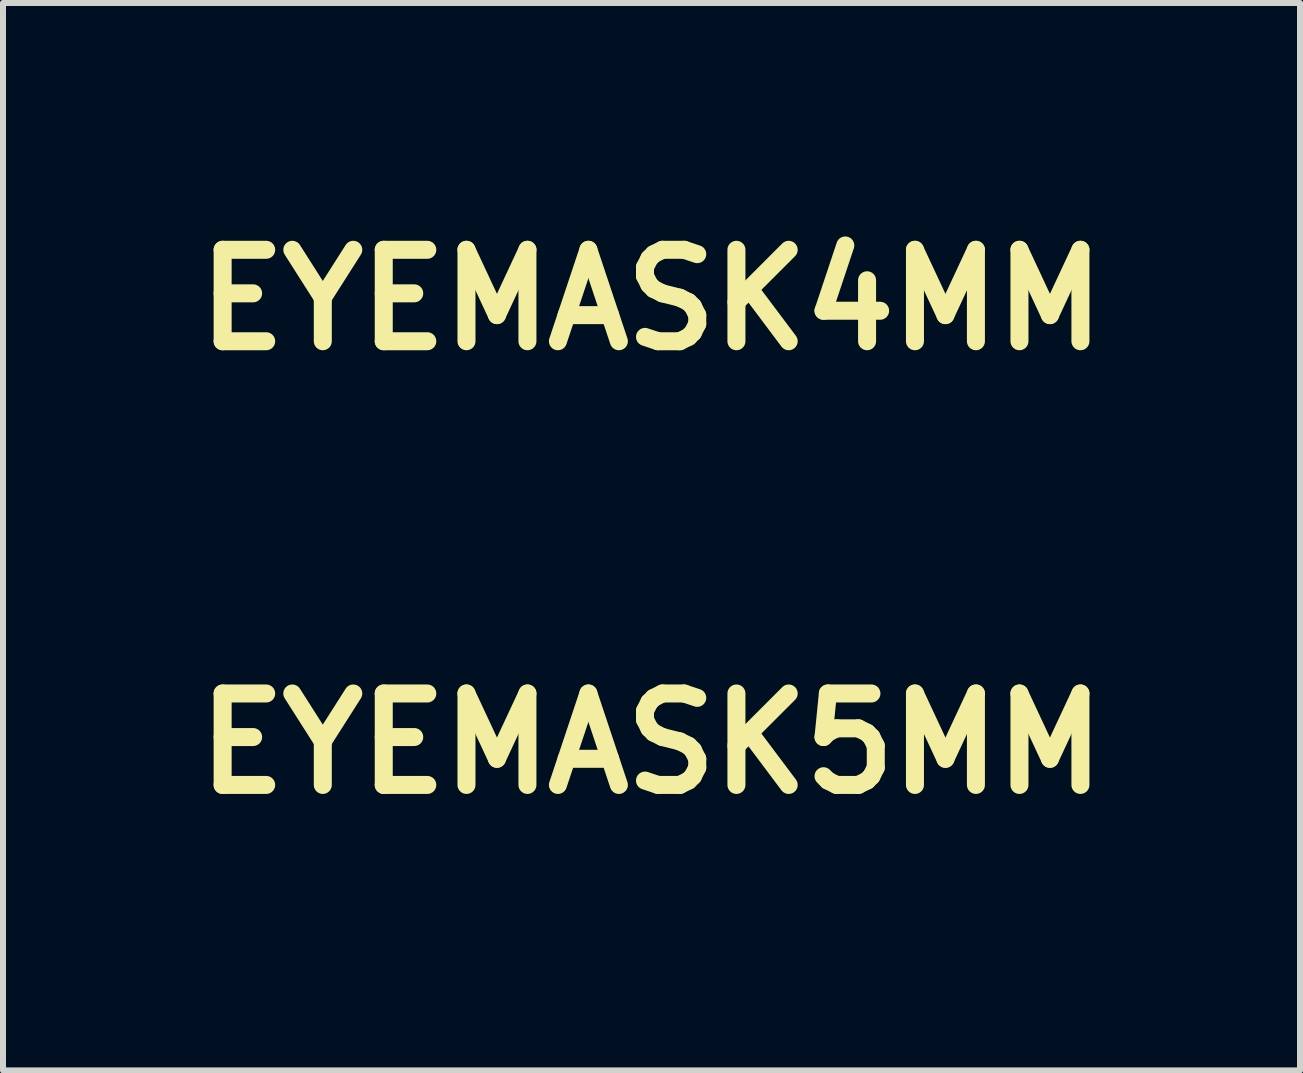
<source format=kicad_pcb>
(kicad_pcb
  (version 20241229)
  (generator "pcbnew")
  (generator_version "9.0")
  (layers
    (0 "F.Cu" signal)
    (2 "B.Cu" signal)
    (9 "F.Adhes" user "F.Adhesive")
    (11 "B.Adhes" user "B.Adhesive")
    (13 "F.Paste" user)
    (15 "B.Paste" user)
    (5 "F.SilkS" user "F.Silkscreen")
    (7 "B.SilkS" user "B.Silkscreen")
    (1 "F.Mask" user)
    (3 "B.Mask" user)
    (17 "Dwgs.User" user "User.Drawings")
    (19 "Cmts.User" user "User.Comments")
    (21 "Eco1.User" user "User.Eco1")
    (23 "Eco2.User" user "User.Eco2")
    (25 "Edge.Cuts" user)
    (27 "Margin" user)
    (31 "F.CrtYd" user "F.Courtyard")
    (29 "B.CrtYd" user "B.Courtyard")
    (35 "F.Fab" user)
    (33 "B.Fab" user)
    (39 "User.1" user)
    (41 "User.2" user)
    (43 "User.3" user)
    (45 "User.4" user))
  (footprint "EYEMASK5MM"
    (layer "F.Cu")
    (at 7.809 9.343)
    (property "Reference" "EYEMASK5MM" (at 0 0 0) (layer "F.SilkS") (effects (font (size 1.524 1.524) (thickness 0.3))))
    (attr through_hole)
    (fp_poly (pts (xy 0.432 -1.255) (xy 0.466 -1.254) (xy 0.497 -1.253) (xy 0.523 -1.251) (xy 0.536 -1.249) (xy 0.594 -1.241) (xy 0.648 -1.231) (xy 0.699 -1.219) (xy 0.75 -1.205) (xy 0.783 -1.195) (xy 0.869 -1.164) (xy 0.952 -1.127) (xy 1.031 -1.085) (xy 1.107 -1.037) (xy 1.179 -0.984) (xy 1.246 -0.927) (xy 1.31 -0.864) (xy 1.37 -0.797) (xy 1.425 -0.725) (xy 1.467 -0.662) (xy 1.511 -0.586) (xy 1.549 -0.51) (xy 1.581 -0.433) (xy 1.608 -0.355) (xy 1.63 -0.274) (xy 1.646 -0.19) (xy 1.653 -0.142) (xy 1.655 -0.123) (xy 1.657 -0.1) (xy 1.658 -0.072) (xy 1.659 -0.041) (xy 1.659 -0.009) (xy 1.659 0.024) (xy 1.659 0.056) (xy 1.659 0.087) (xy 1.658 0.115) (xy 1.657 0.139) (xy 1.655 0.157) (xy 1.655 0.16) (xy 1.645 0.229) (xy 1.632 0.295) (xy 1.616 0.357) (xy 1.598 0.417) (xy 1.575 0.478) (xy 1.559 0.516) (xy 1.524 0.592) (xy 1.485 0.663) (xy 1.443 0.73) (xy 1.396 0.794) (xy 1.345 0.855) (xy 1.287 0.915) (xy 1.279 0.923) (xy 1.211 0.985) (xy 1.14 1.042) (xy 1.066 1.093) (xy 0.989 1.137) (xy 0.909 1.177) (xy 0.826 1.21) (xy 0.739 1.238) (xy 0.65 1.26) (xy 0.557 1.277) (xy 0.547 1.278) (xy 0.53 1.28) (xy 0.507 1.282) (xy 0.48 1.283) (xy 0.45 1.284) (xy 0.419 1.285) (xy 0.387 1.285) (xy 0.356 1.285) (xy 0.326 1.285) (xy 0.3 1.284) (xy 0.277 1.283) (xy 0.261 1.281) (xy 0.167 1.267) (xy 0.077 1.247) (xy -0.01 1.222) (xy -0.093 1.192) (xy -0.173 1.156) (xy -0.25 1.114) (xy -0.325 1.067) (xy -0.392 1.018) (xy -0.46 0.961) (xy -0.524 0.899) (xy -0.584 0.832) (xy -0.639 0.762) (xy -0.688 0.689) (xy -0.733 0.612) (xy -0.772 0.532) (xy -0.805 0.45) (xy -0.833 0.366) (xy -0.854 0.28) (xy -0.863 0.234) (xy -0.866 0.213) (xy -0.869 0.188) (xy -0.872 0.162) (xy -0.875 0.136) (xy -0.877 0.109) (xy -0.879 0.084) (xy -0.881 0.06) (xy -0.882 0.039) (xy -0.882 0.022) (xy -0.882 0.009) (xy -0.881 0.002) (xy -0.88 0.001) (xy -0.878 -0.001) (xy -0.872 -0.001) (xy -0.863 -0.001) (xy -0.85 0.001) (xy -0.832 0.004) (xy -0.784 0.009) (xy -0.732 0.011) (xy -0.678 0.01) (xy -0.624 0.006) (xy -0.57 -0.001) (xy -0.541 -0.007) (xy -0.47 -0.025) (xy -0.401 -0.048) (xy -0.336 -0.078) (xy -0.274 -0.113) (xy -0.214 -0.155) (xy -0.158 -0.201) (xy -0.13 -0.228) (xy -0.079 -0.283) (xy -0.034 -0.341) (xy 0.005 -0.403) (xy 0.039 -0.468) (xy 0.067 -0.536) (xy 0.09 -0.608) (xy 0.106 -0.682) (xy 0.108 -0.693) (xy 0.109 -0.703) (xy 0.111 -0.715) (xy 0.111 -0.729) (xy 0.112 -0.746) (xy 0.112 -0.767) (xy 0.112 -0.793) (xy 0.112 -0.821) (xy 0.112 -0.926) (xy 0.102 -0.976) (xy 0.092 -1.018) (xy 0.079 -1.061) (xy 0.065 -1.104) (xy 0.049 -1.144) (xy 0.043 -1.159) (xy 0.036 -1.174) (xy 0.031 -1.186) (xy 0.028 -1.196) (xy 0.027 -1.201) (xy 0.027 -1.201) (xy 0.03 -1.204) (xy 0.039 -1.208) (xy 0.054 -1.212) (xy 0.072 -1.217) (xy 0.093 -1.222) (xy 0.117 -1.228) (xy 0.143 -1.233) (xy 0.169 -1.238) (xy 0.196 -1.242) (xy 0.222 -1.247) (xy 0.243 -1.249) (xy 0.266 -1.252) (xy 0.295 -1.254) (xy 0.327 -1.255) (xy 0.361 -1.255) (xy 0.397 -1.256) (xy 0.432 -1.255)) (stroke (width 0.01) (type solid)) (fill yes) (layer "F.Mask"))
    (fp_poly (pts (xy 0.146 -2.437) (xy 0.268 -2.427) (xy 0.39 -2.41) (xy 0.511 -2.388) (xy 0.631 -2.359) (xy 0.75 -2.324) (xy 0.868 -2.283) (xy 0.961 -2.245) (xy 1.072 -2.194) (xy 1.182 -2.137) (xy 1.288 -2.075) (xy 1.391 -2.007) (xy 1.491 -1.933) (xy 1.587 -1.855) (xy 1.679 -1.772) (xy 1.767 -1.684) (xy 1.851 -1.592) (xy 1.93 -1.496) (xy 1.954 -1.464) (xy 2.027 -1.362) (xy 2.094 -1.257) (xy 2.155 -1.148) (xy 2.211 -1.037) (xy 2.261 -0.922) (xy 2.305 -0.806) (xy 2.343 -0.687) (xy 2.375 -0.567) (xy 2.396 -0.469) (xy 2.417 -0.346) (xy 2.431 -0.222) (xy 2.439 -0.097) (xy 2.441 0.028) (xy 2.437 0.152) (xy 2.426 0.277) (xy 2.409 0.4) (xy 2.386 0.521) (xy 2.379 0.552) (xy 2.347 0.674) (xy 2.309 0.794) (xy 2.266 0.911) (xy 2.217 1.025) (xy 2.162 1.136) (xy 2.101 1.244) (xy 2.035 1.35) (xy 1.964 1.451) (xy 1.887 1.549) (xy 1.805 1.643) (xy 1.719 1.734) (xy 1.627 1.82) (xy 1.531 1.902) (xy 1.464 1.954) (xy 1.363 2.026) (xy 1.258 2.093) (xy 1.151 2.154) (xy 1.04 2.21) (xy 0.926 2.26) (xy 0.81 2.304) (xy 0.692 2.342) (xy 0.572 2.374) (xy 0.451 2.4) (xy 0.352 2.416) (xy 0.272 2.426) (xy 0.191 2.434) (xy 0.11 2.439) (xy 0.031 2.442) (xy -0.046 2.442) (xy -0.091 2.44) (xy -0.128 2.438) (xy -0.168 2.436) (xy -0.208 2.432) (xy -0.246 2.429) (xy -0.277 2.426) (xy -0.401 2.409) (xy -0.524 2.385) (xy -0.644 2.355) (xy -0.763 2.32) (xy -0.879 2.278) (xy -0.993 2.231) (xy -1.104 2.178) (xy -1.213 2.119) (xy -1.318 2.056) (xy -1.42 1.986) (xy -1.519 1.912) (xy -1.614 1.832) (xy -1.705 1.748) (xy -1.792 1.658) (xy -1.875 1.564) (xy -1.953 1.465) (xy -1.954 1.464) (xy -2.026 1.362) (xy -2.093 1.257) (xy -2.155 1.149) (xy -2.211 1.038) (xy -2.261 0.924) (xy -2.305 0.808) (xy -2.311 0.79) (xy -2.348 0.67) (xy -2.379 0.548) (xy -2.404 0.426) (xy -2.423 0.302) (xy -2.435 0.178) (xy -2.441 0.054) (xy -2.441 0.033) (xy -1.982 0.033) (xy -1.977 0.146) (xy -1.965 0.258) (xy -1.948 0.369) (xy -1.924 0.479) (xy -1.893 0.588) (xy -1.893 0.589) (xy -1.857 0.694) (xy -1.815 0.797) (xy -1.767 0.898) (xy -1.714 0.996) (xy -1.655 1.091) (xy -1.59 1.182) (xy -1.521 1.27) (xy -1.447 1.354) (xy -1.368 1.433) (xy -1.285 1.509) (xy -1.198 1.579) (xy -1.19 1.585) (xy -1.099 1.649) (xy -1.004 1.709) (xy -0.907 1.762) (xy -0.806 1.811) (xy -0.704 1.853) (xy -0.599 1.89) (xy -0.492 1.92) (xy -0.385 1.945) (xy -0.276 1.963) (xy -0.166 1.975) (xy -0.145 1.977) (xy -0.103 1.979) (xy -0.067 1.981) (xy -0.034 1.982) (xy -0.003 1.983) (xy 0.028 1.982) (xy 0.059 1.981) (xy 0.093 1.98) (xy 0.178 1.974) (xy 0.259 1.965) (xy 0.338 1.953) (xy 0.416 1.938) (xy 0.482 1.923) (xy 0.59 1.892) (xy 0.697 1.856) (xy 0.8 1.814) (xy 0.901 1.766) (xy 0.999 1.712) (xy 1.094 1.653) (xy 1.185 1.589) (xy 1.273 1.519) (xy 1.357 1.445) (xy 1.436 1.365) (xy 1.512 1.281) (xy 1.583 1.192) (xy 1.587 1.187) (xy 1.652 1.096) (xy 1.711 1.001) (xy 1.765 0.903) (xy 1.813 0.802) (xy 1.855 0.699) (xy 1.892 0.593) (xy 1.922 0.486) (xy 1.946 0.377) (xy 1.958 0.306) (xy 1.973 0.193) (xy 1.98 0.08) (xy 1.982 -0.033) (xy 1.977 -0.146) (xy 1.965 -0.258) (xy 1.948 -0.369) (xy 1.924 -0.479) (xy 1.893 -0.588) (xy 1.893 -0.589) (xy 1.857 -0.694) (xy 1.815 -0.797) (xy 1.767 -0.898) (xy 1.714 -0.996) (xy 1.655 -1.09) (xy 1.591 -1.181) (xy 1.522 -1.269) (xy 1.449 -1.352) (xy 1.37 -1.431) (xy 1.288 -1.506) (xy 1.201 -1.577) (xy 1.11 -1.642) (xy 1.023 -1.698) (xy 0.924 -1.754) (xy 0.823 -1.804) (xy 0.72 -1.847) (xy 0.615 -1.885) (xy 0.507 -1.916) (xy 0.399 -1.942) (xy 0.288 -1.961) (xy 0.177 -1.974) (xy 0.065 -1.981) (xy -0.048 -1.981) (xy -0.161 -1.975) (xy -0.247 -1.967) (xy -0.359 -1.949) (xy -0.469 -1.926) (xy -0.578 -1.896) (xy -0.684 -1.86) (xy -0.789 -1.818) (xy -0.891 -1.77) (xy -0.991 -1.717) (xy -1.024 -1.697) (xy -1.118 -1.637) (xy -1.208 -1.571) (xy -1.295 -1.5) (xy -1.378 -1.424) (xy -1.456 -1.344) (xy -1.53 -1.259) (xy -1.587 -1.187) (xy -1.652 -1.096) (xy -1.711 -1.001) (xy -1.765 -0.903) (xy -1.813 -0.802) (xy -1.855 -0.699) (xy -1.892 -0.593) (xy -1.922 -0.486) (xy -1.946 -0.377) (xy -1.958 -0.306) (xy -1.973 -0.193) (xy -1.98 -0.08) (xy -1.982 0.033) (xy -2.441 0.033) (xy -2.441 -0.07) (xy -2.434 -0.195) (xy -2.421 -0.318) (xy -2.401 -0.442) (xy -2.376 -0.564) (xy -2.344 -0.685) (xy -2.311 -0.79) (xy -2.268 -0.906) (xy -2.219 -1.021) (xy -2.164 -1.132) (xy -2.103 -1.241) (xy -2.037 -1.346) (xy -1.966 -1.448) (xy -1.89 -1.546) (xy -1.809 -1.64) (xy -1.723 -1.73) (xy -1.632 -1.816) (xy -1.537 -1.897) (xy -1.464 -1.954) (xy -1.362 -2.027) (xy -1.257 -2.094) (xy -1.149 -2.155) (xy -1.039 -2.21) (xy -0.926 -2.259) (xy -0.812 -2.303) (xy -0.696 -2.341) (xy -0.578 -2.372) (xy -0.46 -2.398) (xy -0.34 -2.418) (xy -0.219 -2.432) (xy -0.097 -2.44) (xy 0.024 -2.442) (xy 0.146 -2.437)) (stroke (width 0.01) (type solid)) (fill yes) (layer "F.Mask")))
  (footprint "EYEMASK4MM"
    (layer "F.Cu")
    (at 7.809 1.948)
    (property "Reference" "EYEMASK4MM" (at 0 0 0) (layer "F.SilkS") (effects (font (size 1.524 1.524) (thickness 0.3))))
    (attr through_hole)
    (fp_poly (pts (xy 0.344 -0.999) (xy 0.371 -0.998) (xy 0.395 -0.997) (xy 0.416 -0.995) (xy 0.426 -0.994) (xy 0.473 -0.988) (xy 0.515 -0.98) (xy 0.556 -0.97) (xy 0.597 -0.959) (xy 0.624 -0.951) (xy 0.692 -0.926) (xy 0.758 -0.897) (xy 0.821 -0.863) (xy 0.881 -0.825) (xy 0.938 -0.784) (xy 0.992 -0.738) (xy 1.043 -0.688) (xy 1.09 -0.634) (xy 1.134 -0.577) (xy 1.167 -0.527) (xy 1.203 -0.466) (xy 1.233 -0.406) (xy 1.259 -0.345) (xy 1.28 -0.283) (xy 1.297 -0.218) (xy 1.31 -0.151) (xy 1.316 -0.113) (xy 1.317 -0.098) (xy 1.319 -0.079) (xy 1.319 -0.057) (xy 1.32 -0.033) (xy 1.321 -0.007) (xy 1.321 0.019) (xy 1.321 0.045) (xy 1.32 0.069) (xy 1.32 0.091) (xy 1.319 0.11) (xy 1.317 0.125) (xy 1.317 0.127) (xy 1.309 0.183) (xy 1.299 0.234) (xy 1.287 0.284) (xy 1.272 0.332) (xy 1.254 0.381) (xy 1.241 0.411) (xy 1.213 0.471) (xy 1.182 0.528) (xy 1.149 0.581) (xy 1.111 0.632) (xy 1.07 0.681) (xy 1.025 0.729) (xy 1.018 0.735) (xy 0.964 0.784) (xy 0.908 0.829) (xy 0.849 0.87) (xy 0.787 0.905) (xy 0.724 0.937) (xy 0.657 0.963) (xy 0.589 0.985) (xy 0.517 1.003) (xy 0.443 1.016) (xy 0.435 1.017) (xy 0.421 1.019) (xy 0.403 1.02) (xy 0.382 1.021) (xy 0.358 1.022) (xy 0.333 1.023) (xy 0.308 1.023) (xy 0.283 1.023) (xy 0.26 1.023) (xy 0.239 1.022) (xy 0.221 1.021) (xy 0.207 1.02) (xy 0.133 1.008) (xy 0.061 0.993) (xy -0.008 0.973) (xy -0.074 0.949) (xy -0.138 0.92) (xy -0.199 0.887) (xy -0.258 0.849) (xy -0.312 0.81) (xy -0.366 0.765) (xy -0.417 0.715) (xy -0.465 0.663) (xy -0.508 0.607) (xy -0.548 0.548) (xy -0.583 0.487) (xy -0.614 0.424) (xy -0.641 0.358) (xy -0.663 0.291) (xy -0.68 0.222) (xy -0.687 0.187) (xy -0.689 0.169) (xy -0.692 0.15) (xy -0.694 0.129) (xy -0.696 0.108) (xy -0.698 0.087) (xy -0.7 0.067) (xy -0.701 0.048) (xy -0.702 0.031) (xy -0.702 0.018) (xy -0.702 0.007) (xy -0.701 0.001) (xy -0.7 0.001) (xy -0.698 -0.001) (xy -0.694 -0.001) (xy -0.687 -0.001) (xy -0.676 0.001) (xy -0.662 0.003) (xy -0.624 0.007) (xy -0.583 0.009) (xy -0.54 0.008) (xy -0.496 0.005) (xy -0.454 -0.001) (xy -0.43 -0.005) (xy -0.374 -0.02) (xy -0.32 -0.039) (xy -0.267 -0.062) (xy -0.218 -0.09) (xy -0.17 -0.123) (xy -0.126 -0.16) (xy -0.103 -0.182) (xy -0.063 -0.225) (xy -0.027 -0.272) (xy 0.004 -0.321) (xy 0.031 -0.373) (xy 0.053 -0.427) (xy 0.071 -0.484) (xy 0.085 -0.543) (xy 0.086 -0.551) (xy 0.087 -0.56) (xy 0.088 -0.569) (xy 0.089 -0.58) (xy 0.089 -0.594) (xy 0.089 -0.611) (xy 0.089 -0.631) (xy 0.089 -0.653) (xy 0.089 -0.737) (xy 0.081 -0.777) (xy 0.073 -0.81) (xy 0.063 -0.845) (xy 0.052 -0.879) (xy 0.039 -0.91) (xy 0.034 -0.923) (xy 0.029 -0.934) (xy 0.025 -0.944) (xy 0.022 -0.952) (xy 0.021 -0.956) (xy 0.021 -0.956) (xy 0.024 -0.958) (xy 0.031 -0.961) (xy 0.043 -0.965) (xy 0.057 -0.969) (xy 0.074 -0.973) (xy 0.093 -0.977) (xy 0.114 -0.981) (xy 0.135 -0.985) (xy 0.156 -0.989) (xy 0.177 -0.992) (xy 0.193 -0.994) (xy 0.212 -0.996) (xy 0.234 -0.998) (xy 0.26 -0.999) (xy 0.288 -0.999) (xy 0.316 -0.999) (xy 0.344 -0.999)) (stroke (width 0.01) (type solid)) (fill yes) (layer "F.Mask"))
    (fp_poly (pts (xy 0.116 -1.94) (xy 0.213 -1.932) (xy 0.31 -1.919) (xy 0.406 -1.9) (xy 0.502 -1.878) (xy 0.597 -1.85) (xy 0.691 -1.817) (xy 0.765 -1.787) (xy 0.854 -1.746) (xy 0.94 -1.701) (xy 1.025 -1.651) (xy 1.107 -1.597) (xy 1.187 -1.539) (xy 1.263 -1.476) (xy 1.337 -1.41) (xy 1.407 -1.34) (xy 1.473 -1.267) (xy 1.536 -1.19) (xy 1.555 -1.165) (xy 1.613 -1.084) (xy 1.666 -1) (xy 1.715 -0.914) (xy 1.76 -0.825) (xy 1.8 -0.734) (xy 1.835 -0.641) (xy 1.865 -0.547) (xy 1.891 -0.451) (xy 1.907 -0.373) (xy 1.924 -0.275) (xy 1.935 -0.176) (xy 1.942 -0.077) (xy 1.943 0.022) (xy 1.939 0.121) (xy 1.931 0.22) (xy 1.917 0.318) (xy 1.899 0.415) (xy 1.893 0.439) (xy 1.868 0.536) (xy 1.838 0.632) (xy 1.803 0.725) (xy 1.764 0.816) (xy 1.72 0.904) (xy 1.672 0.991) (xy 1.62 1.074) (xy 1.563 1.155) (xy 1.502 1.233) (xy 1.437 1.308) (xy 1.368 1.38) (xy 1.295 1.449) (xy 1.218 1.514) (xy 1.165 1.556) (xy 1.085 1.613) (xy 1.002 1.666) (xy 0.916 1.714) (xy 0.828 1.759) (xy 0.737 1.798) (xy 0.645 1.834) (xy 0.551 1.864) (xy 0.456 1.889) (xy 0.359 1.91) (xy 0.28 1.923) (xy 0.217 1.931) (xy 0.152 1.937) (xy 0.088 1.941) (xy 0.024 1.943) (xy -0.036 1.943) (xy -0.073 1.942) (xy -0.102 1.941) (xy -0.134 1.939) (xy -0.166 1.936) (xy -0.196 1.933) (xy -0.22 1.931) (xy -0.319 1.917) (xy -0.417 1.898) (xy -0.513 1.875) (xy -0.607 1.846) (xy -0.7 1.813) (xy -0.79 1.776) (xy -0.879 1.733) (xy -0.965 1.687) (xy -1.049 1.636) (xy -1.13 1.581) (xy -1.209 1.522) (xy -1.284 1.458) (xy -1.357 1.391) (xy -1.426 1.32) (xy -1.492 1.245) (xy -1.554 1.166) (xy -1.555 1.165) (xy -1.613 1.084) (xy -1.666 1.001) (xy -1.715 0.915) (xy -1.759 0.826) (xy -1.799 0.735) (xy -1.834 0.643) (xy -1.839 0.629) (xy -1.869 0.533) (xy -1.894 0.436) (xy -1.914 0.339) (xy -1.928 0.241) (xy -1.938 0.142) (xy -1.943 0.043) (xy -1.943 0.026) (xy -1.577 0.026) (xy -1.573 0.116) (xy -1.564 0.205) (xy -1.55 0.294) (xy -1.531 0.382) (xy -1.507 0.468) (xy -1.507 0.469) (xy -1.478 0.553) (xy -1.445 0.635) (xy -1.406 0.715) (xy -1.364 0.793) (xy -1.317 0.868) (xy -1.266 0.941) (xy -1.211 1.011) (xy -1.152 1.077) (xy -1.089 1.141) (xy -1.023 1.201) (xy -0.953 1.257) (xy -0.947 1.261) (xy -0.875 1.313) (xy -0.799 1.36) (xy -0.722 1.403) (xy -0.642 1.441) (xy -0.56 1.475) (xy -0.477 1.504) (xy -0.392 1.528) (xy -0.306 1.548) (xy -0.219 1.562) (xy -0.132 1.572) (xy -0.115 1.573) (xy -0.082 1.575) (xy -0.053 1.577) (xy -0.027 1.578) (xy -0.002 1.578) (xy 0.022 1.578) (xy 0.047 1.577) (xy 0.074 1.576) (xy 0.142 1.571) (xy 0.206 1.564) (xy 0.269 1.555) (xy 0.331 1.543) (xy 0.384 1.53) (xy 0.47 1.506) (xy 0.554 1.477) (xy 0.637 1.444) (xy 0.717 1.405) (xy 0.795 1.363) (xy 0.87 1.316) (xy 0.943 1.264) (xy 1.013 1.209) (xy 1.08 1.15) (xy 1.143 1.087) (xy 1.203 1.02) (xy 1.26 0.949) (xy 1.263 0.945) (xy 1.315 0.872) (xy 1.362 0.797) (xy 1.404 0.719) (xy 1.443 0.638) (xy 1.476 0.556) (xy 1.505 0.472) (xy 1.53 0.387) (xy 1.549 0.3) (xy 1.559 0.244) (xy 1.57 0.154) (xy 1.576 0.064) (xy 1.577 -0.026) (xy 1.573 -0.116) (xy 1.564 -0.205) (xy 1.55 -0.294) (xy 1.531 -0.382) (xy 1.507 -0.468) (xy 1.507 -0.469) (xy 1.478 -0.553) (xy 1.445 -0.635) (xy 1.407 -0.715) (xy 1.364 -0.792) (xy 1.317 -0.868) (xy 1.266 -0.94) (xy 1.212 -1.01) (xy 1.153 -1.076) (xy 1.091 -1.139) (xy 1.025 -1.199) (xy 0.956 -1.255) (xy 0.884 -1.307) (xy 0.814 -1.352) (xy 0.736 -1.396) (xy 0.655 -1.435) (xy 0.573 -1.47) (xy 0.489 -1.5) (xy 0.404 -1.525) (xy 0.317 -1.546) (xy 0.23 -1.561) (xy 0.141 -1.571) (xy 0.052 -1.577) (xy -0.038 -1.577) (xy -0.128 -1.572) (xy -0.197 -1.565) (xy -0.286 -1.552) (xy -0.373 -1.533) (xy -0.46 -1.509) (xy -0.545 -1.481) (xy -0.628 -1.447) (xy -0.709 -1.409) (xy -0.789 -1.366) (xy -0.815 -1.351) (xy -0.89 -1.303) (xy -0.961 -1.251) (xy -1.03 -1.194) (xy -1.096 -1.134) (xy -1.159 -1.07) (xy -1.218 -1.002) (xy -1.263 -0.945) (xy -1.315 -0.872) (xy -1.362 -0.797) (xy -1.404 -0.719) (xy -1.443 -0.638) (xy -1.476 -0.556) (xy -1.505 -0.472) (xy -1.53 -0.387) (xy -1.549 -0.3) (xy -1.559 -0.244) (xy -1.57 -0.154) (xy -1.576 -0.064) (xy -1.577 0.026) (xy -1.943 0.026) (xy -1.943 -0.056) (xy -1.937 -0.155) (xy -1.927 -0.253) (xy -1.911 -0.352) (xy -1.891 -0.449) (xy -1.865 -0.545) (xy -1.839 -0.629) (xy -1.805 -0.722) (xy -1.766 -0.812) (xy -1.722 -0.901) (xy -1.674 -0.988) (xy -1.621 -1.071) (xy -1.565 -1.152) (xy -1.504 -1.23) (xy -1.439 -1.305) (xy -1.371 -1.377) (xy -1.299 -1.445) (xy -1.223 -1.51) (xy -1.165 -1.555) (xy -1.084 -1.613) (xy -1 -1.666) (xy -0.914 -1.715) (xy -0.827 -1.759) (xy -0.737 -1.798) (xy -0.646 -1.833) (xy -0.554 -1.863) (xy -0.46 -1.888) (xy -0.366 -1.909) (xy -0.27 -1.925) (xy -0.174 -1.936) (xy -0.078 -1.942) (xy 0.019 -1.943) (xy 0.116 -1.94)) (stroke (width 0.01) (type solid)) (fill yes) (layer "F.Mask")))
  (gr_rect
    (start -3 -3)
    (end 18.617 14.79)
    (stroke (width 0.1) (type default))
    (fill no)
    (layer "Edge.Cuts")))
</source>
